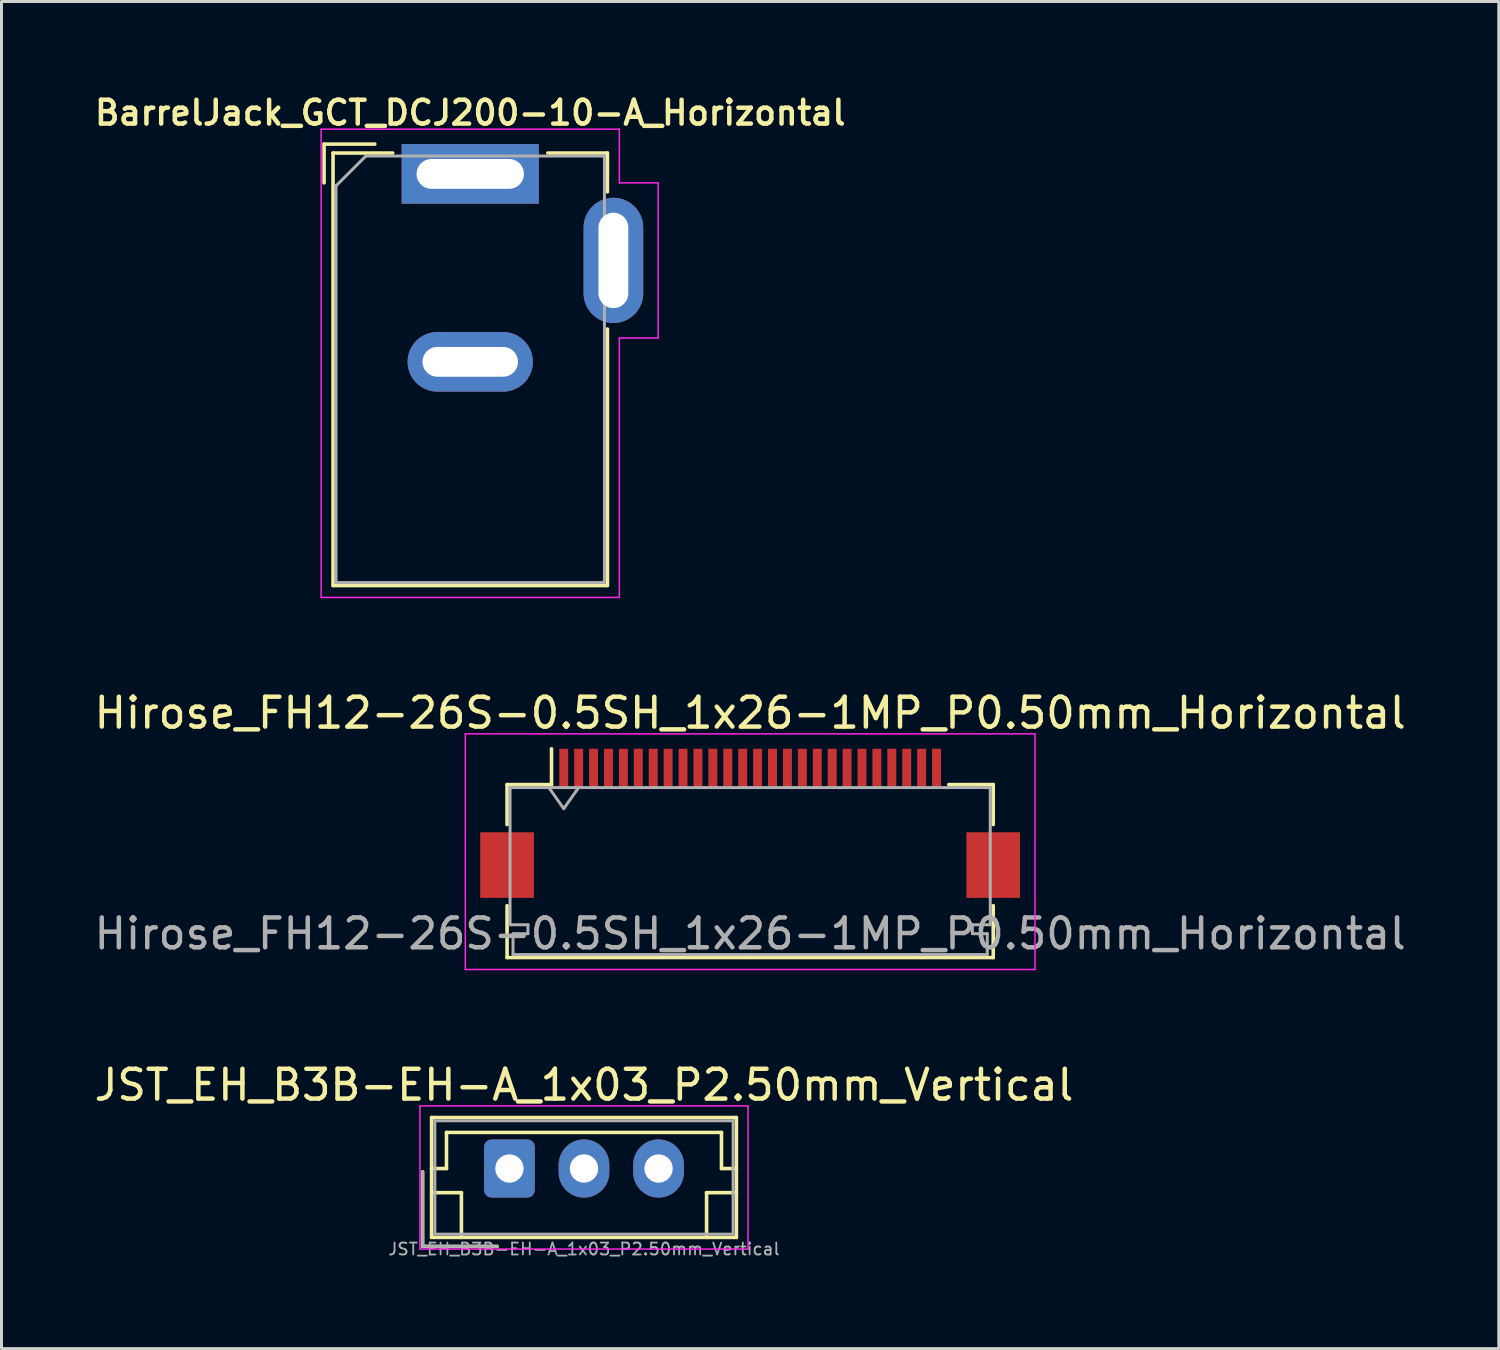
<source format=kicad_pcb>
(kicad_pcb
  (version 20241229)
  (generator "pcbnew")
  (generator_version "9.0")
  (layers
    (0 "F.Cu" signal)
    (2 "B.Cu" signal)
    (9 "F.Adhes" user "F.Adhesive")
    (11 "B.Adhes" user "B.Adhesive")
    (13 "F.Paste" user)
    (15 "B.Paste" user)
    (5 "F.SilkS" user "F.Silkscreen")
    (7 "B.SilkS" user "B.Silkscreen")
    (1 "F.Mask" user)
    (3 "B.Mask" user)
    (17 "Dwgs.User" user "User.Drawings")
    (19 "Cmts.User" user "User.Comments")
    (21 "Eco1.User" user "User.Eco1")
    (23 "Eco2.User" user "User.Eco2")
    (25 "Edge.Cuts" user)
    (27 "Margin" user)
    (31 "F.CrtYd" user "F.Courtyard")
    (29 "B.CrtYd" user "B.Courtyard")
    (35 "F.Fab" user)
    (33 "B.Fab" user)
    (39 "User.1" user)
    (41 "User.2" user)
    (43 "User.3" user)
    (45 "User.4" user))
  (footprint "BarrelJack_GCT_DCJ200-10-A_Horizontal"
    (layer "F.Cu")
    (at 12.716 2.781)
    (property "Reference" "BarrelJack_GCT_DCJ200-10-A_Horizontal" (at 0 -2.05 0) (layer "F.SilkS") (effects (font (size 0.8 0.8) (thickness 0.15))))
    (attr through_hole)
    (fp_line (start -4.9 -1) (end -4.9 0.3) (stroke (width 0.12) (type solid)) (layer "F.SilkS"))
    (fp_line (start -4.6 -0.7) (end -2.6 -0.7) (stroke (width 0.12) (type solid)) (layer "F.SilkS"))
    (fp_line (start -4.6 13.8) (end -4.6 -0.7) (stroke (width 0.12) (type solid)) (layer "F.SilkS"))
    (fp_line (start -3.2 -1) (end -4.9 -1) (stroke (width 0.12) (type solid)) (layer "F.SilkS"))
    (fp_line (start 2.6 -0.7) (end 4.6 -0.7) (stroke (width 0.12) (type solid)) (layer "F.SilkS"))
    (fp_line (start 4.6 -0.7) (end 4.6 0.6) (stroke (width 0.12) (type solid)) (layer "F.SilkS"))
    (fp_line (start 4.6 5.2) (end 4.6 13.8) (stroke (width 0.12) (type solid)) (layer "F.SilkS"))
    (fp_line (start 4.6 13.8) (end -4.6 13.8) (stroke (width 0.12) (type solid)) (layer "F.SilkS"))
    (fp_line (start -5 -1.5) (end -5 14.2) (stroke (width 0.05) (type solid)) (layer "F.CrtYd"))
    (fp_line (start -5 14.2) (end 5 14.2) (stroke (width 0.05) (type solid)) (layer "F.CrtYd"))
    (fp_line (start 5 -1.5) (end -5 -1.5) (stroke (width 0.05) (type solid)) (layer "F.CrtYd"))
    (fp_line (start 5 0.3) (end 5 -1.5) (stroke (width 0.05) (type solid)) (layer "F.CrtYd"))
    (fp_line (start 5 14.2) (end 5 5.5) (stroke (width 0.05) (type solid)) (layer "F.CrtYd"))
    (fp_line (start 6.3 0.3) (end 5 0.3) (stroke (width 0.05) (type solid)) (layer "F.CrtYd"))
    (fp_line (start 6.3 0.3) (end 6.3 5.5) (stroke (width 0.05) (type solid)) (layer "F.CrtYd"))
    (fp_line (start 6.3 5.5) (end 5 5.5) (stroke (width 0.05) (type solid)) (layer "F.CrtYd"))
    (fp_line (start -4.5 0.4) (end -3.5 -0.6) (stroke (width 0.1) (type solid)) (layer "F.Fab"))
    (fp_line (start -4.5 13.7) (end -4.5 0.4) (stroke (width 0.1) (type solid)) (layer "F.Fab"))
    (fp_line (start 4.5 -0.6) (end -3.5 -0.6) (stroke (width 0.1) (type solid)) (layer "F.Fab"))
    (fp_line (start 4.5 -0.6) (end 4.5 13.7) (stroke (width 0.1) (type solid)) (layer "F.Fab"))
    (fp_line (start 4.5 13.7) (end -4.5 13.7) (stroke (width 0.1) (type solid)) (layer "F.Fab"))
    (pad "1" thru_hole rect (at 0 0) (size 4.6 2) (drill oval 3.6 1) (layers "*.Cu" "*.Mask"))
    (pad "2" thru_hole oval (at 0 6.3) (size 4.2 2) (drill oval 3.2 1) (layers "*.Cu" "*.Mask"))
    (pad "3" thru_hole oval (at 4.8 2.9) (size 2 4.2) (drill oval 1 3.2) (layers "*.Cu" "*.Mask")))
  (footprint "Hirose_FH12-26S-0.5SH_1x26-1MP_P0.50mm_Horizontal"
    (layer "F.Cu")
    (at 22.101 24.555)
    (property "Reference" "Hirose_FH12-26S-0.5SH_1x26-1MP_P0.50mm_Horizontal" (at 0 -3.7 0) (layer "F.SilkS") (effects (font (size 1 1) (thickness 0.15))))
    (attr smd)
    (fp_line (start -8.15 -1.3) (end -8.15 0.04) (stroke (width 0.12) (type solid)) (layer "F.SilkS"))
    (fp_line (start -8.15 2.76) (end -8.15 4.5) (stroke (width 0.12) (type solid)) (layer "F.SilkS"))
    (fp_line (start -8.15 4.5) (end 8.15 4.5) (stroke (width 0.12) (type solid)) (layer "F.SilkS"))
    (fp_line (start -6.66 -1.3) (end -8.15 -1.3) (stroke (width 0.12) (type solid)) (layer "F.SilkS"))
    (fp_line (start -6.66 -1.3) (end -6.66 -2.5) (stroke (width 0.12) (type solid)) (layer "F.SilkS"))
    (fp_line (start 6.66 -1.3) (end 8.15 -1.3) (stroke (width 0.12) (type solid)) (layer "F.SilkS"))
    (fp_line (start 8.15 -1.3) (end 8.15 0.04) (stroke (width 0.12) (type solid)) (layer "F.SilkS"))
    (fp_line (start 8.15 4.5) (end 8.15 2.76) (stroke (width 0.12) (type solid)) (layer "F.SilkS"))
    (fp_line (start -9.55 -3) (end -9.55 4.9) (stroke (width 0.05) (type solid)) (layer "F.CrtYd"))
    (fp_line (start -9.55 4.9) (end 9.55 4.9) (stroke (width 0.05) (type solid)) (layer "F.CrtYd"))
    (fp_line (start 9.55 -3) (end -9.55 -3) (stroke (width 0.05) (type solid)) (layer "F.CrtYd"))
    (fp_line (start 9.55 4.9) (end 9.55 -3) (stroke (width 0.05) (type solid)) (layer "F.CrtYd"))
    (fp_line (start -8.05 -1.2) (end -8.05 3.4) (stroke (width 0.1) (type solid)) (layer "F.Fab"))
    (fp_line (start -8.05 3.4) (end -7.45 3.4) (stroke (width 0.1) (type solid)) (layer "F.Fab"))
    (fp_line (start -7.95 3.7) (end -7.95 4.4) (stroke (width 0.1) (type solid)) (layer "F.Fab"))
    (fp_line (start -7.95 4.4) (end 0 4.4) (stroke (width 0.1) (type solid)) (layer "F.Fab"))
    (fp_line (start -7.45 3.4) (end -7.45 3.7) (stroke (width 0.1) (type solid)) (layer "F.Fab"))
    (fp_line (start -7.45 3.7) (end -7.95 3.7) (stroke (width 0.1) (type solid)) (layer "F.Fab"))
    (fp_line (start -6.75 -1.2) (end -6.25 -0.493) (stroke (width 0.1) (type solid)) (layer "F.Fab"))
    (fp_line (start -6.25 -0.493) (end -5.75 -1.2) (stroke (width 0.1) (type solid)) (layer "F.Fab"))
    (fp_line (start 0 -1.2) (end -8.05 -1.2) (stroke (width 0.1) (type solid)) (layer "F.Fab"))
    (fp_line (start 0 -1.2) (end 8.05 -1.2) (stroke (width 0.1) (type solid)) (layer "F.Fab"))
    (fp_line (start 7.45 3.4) (end 7.45 3.7) (stroke (width 0.1) (type solid)) (layer "F.Fab"))
    (fp_line (start 7.45 3.7) (end 7.95 3.7) (stroke (width 0.1) (type solid)) (layer "F.Fab"))
    (fp_line (start 7.95 3.7) (end 7.95 4.4) (stroke (width 0.1) (type solid)) (layer "F.Fab"))
    (fp_line (start 7.95 4.4) (end 0 4.4) (stroke (width 0.1) (type solid)) (layer "F.Fab"))
    (fp_line (start 8.05 -1.2) (end 8.05 3.4) (stroke (width 0.1) (type solid)) (layer "F.Fab"))
    (fp_line (start 8.05 3.4) (end 7.45 3.4) (stroke (width 0.1) (type solid)) (layer "F.Fab"))
    (fp_text user "${REFERENCE}" (at 0 3.7 0) (layer "F.Fab") (effects (font (size 1 1) (thickness 0.15))))
    (pad "1" smd rect (at -6.25 -1.85) (size 0.3 1.3) (layers "F.Cu" "F.Mask" "F.Paste"))
    (pad "2" smd rect (at -5.75 -1.85) (size 0.3 1.3) (layers "F.Cu" "F.Mask" "F.Paste"))
    (pad "3" smd rect (at -5.25 -1.85) (size 0.3 1.3) (layers "F.Cu" "F.Mask" "F.Paste"))
    (pad "4" smd rect (at -4.75 -1.85) (size 0.3 1.3) (layers "F.Cu" "F.Mask" "F.Paste"))
    (pad "5" smd rect (at -4.25 -1.85) (size 0.3 1.3) (layers "F.Cu" "F.Mask" "F.Paste"))
    (pad "6" smd rect (at -3.75 -1.85) (size 0.3 1.3) (layers "F.Cu" "F.Mask" "F.Paste"))
    (pad "7" smd rect (at -3.25 -1.85) (size 0.3 1.3) (layers "F.Cu" "F.Mask" "F.Paste"))
    (pad "8" smd rect (at -2.75 -1.85) (size 0.3 1.3) (layers "F.Cu" "F.Mask" "F.Paste"))
    (pad "9" smd rect (at -2.25 -1.85) (size 0.3 1.3) (layers "F.Cu" "F.Mask" "F.Paste"))
    (pad "10" smd rect (at -1.75 -1.85) (size 0.3 1.3) (layers "F.Cu" "F.Mask" "F.Paste"))
    (pad "11" smd rect (at -1.25 -1.85) (size 0.3 1.3) (layers "F.Cu" "F.Mask" "F.Paste"))
    (pad "12" smd rect (at -0.75 -1.85) (size 0.3 1.3) (layers "F.Cu" "F.Mask" "F.Paste"))
    (pad "13" smd rect (at -0.25 -1.85) (size 0.3 1.3) (layers "F.Cu" "F.Mask" "F.Paste"))
    (pad "14" smd rect (at 0.25 -1.85) (size 0.3 1.3) (layers "F.Cu" "F.Mask" "F.Paste"))
    (pad "15" smd rect (at 0.75 -1.85) (size 0.3 1.3) (layers "F.Cu" "F.Mask" "F.Paste"))
    (pad "16" smd rect (at 1.25 -1.85) (size 0.3 1.3) (layers "F.Cu" "F.Mask" "F.Paste"))
    (pad "17" smd rect (at 1.75 -1.85) (size 0.3 1.3) (layers "F.Cu" "F.Mask" "F.Paste"))
    (pad "18" smd rect (at 2.25 -1.85) (size 0.3 1.3) (layers "F.Cu" "F.Mask" "F.Paste"))
    (pad "19" smd rect (at 2.75 -1.85) (size 0.3 1.3) (layers "F.Cu" "F.Mask" "F.Paste"))
    (pad "20" smd rect (at 3.25 -1.85) (size 0.3 1.3) (layers "F.Cu" "F.Mask" "F.Paste"))
    (pad "21" smd rect (at 3.75 -1.85) (size 0.3 1.3) (layers "F.Cu" "F.Mask" "F.Paste"))
    (pad "22" smd rect (at 4.25 -1.85) (size 0.3 1.3) (layers "F.Cu" "F.Mask" "F.Paste"))
    (pad "23" smd rect (at 4.75 -1.85) (size 0.3 1.3) (layers "F.Cu" "F.Mask" "F.Paste"))
    (pad "24" smd rect (at 5.25 -1.85) (size 0.3 1.3) (layers "F.Cu" "F.Mask" "F.Paste"))
    (pad "25" smd rect (at 5.75 -1.85) (size 0.3 1.3) (layers "F.Cu" "F.Mask" "F.Paste"))
    (pad "26" smd rect (at 6.25 -1.85) (size 0.3 1.3) (layers "F.Cu" "F.Mask" "F.Paste"))
    (pad "MP" smd rect (at -8.15 1.4) (size 1.8 2.2) (layers "F.Cu" "F.Mask" "F.Paste"))
    (pad "MP" smd rect (at 8.15 1.4) (size 1.8 2.2) (layers "F.Cu" "F.Mask" "F.Paste")))
  (footprint "JST_EH_B3B-EH-A_1x03_P2.50mm_Vertical"
    (layer "F.Cu")
    (at 14.03 36.128)
    (property "Reference" "JST_EH_B3B-EH-A_1x03_P2.50mm_Vertical" (at 2.5 -2.8 0) (layer "F.SilkS") (effects (font (size 1 1) (thickness 0.15))))
    (attr through_hole)
    (fp_line (start -2.91 0.11) (end -2.91 2.61) (stroke (width 0.12) (type solid)) (layer "F.SilkS"))
    (fp_line (start -2.91 2.61) (end -0.41 2.61) (stroke (width 0.12) (type solid)) (layer "F.SilkS"))
    (fp_line (start -2.61 -1.71) (end -2.61 2.31) (stroke (width 0.12) (type solid)) (layer "F.SilkS"))
    (fp_line (start -2.61 0) (end -2.11 0) (stroke (width 0.12) (type solid)) (layer "F.SilkS"))
    (fp_line (start -2.61 0.81) (end -1.61 0.81) (stroke (width 0.12) (type solid)) (layer "F.SilkS"))
    (fp_line (start -2.61 2.31) (end 7.61 2.31) (stroke (width 0.12) (type solid)) (layer "F.SilkS"))
    (fp_line (start -2.11 -1.21) (end 7.11 -1.21) (stroke (width 0.12) (type solid)) (layer "F.SilkS"))
    (fp_line (start -2.11 0) (end -2.11 -1.21) (stroke (width 0.12) (type solid)) (layer "F.SilkS"))
    (fp_line (start -1.61 0.81) (end -1.61 2.31) (stroke (width 0.12) (type solid)) (layer "F.SilkS"))
    (fp_line (start 6.61 0.81) (end 6.61 2.31) (stroke (width 0.12) (type solid)) (layer "F.SilkS"))
    (fp_line (start 7.11 -1.21) (end 7.11 0) (stroke (width 0.12) (type solid)) (layer "F.SilkS"))
    (fp_line (start 7.11 0) (end 7.61 0) (stroke (width 0.12) (type solid)) (layer "F.SilkS"))
    (fp_line (start 7.61 -1.71) (end -2.61 -1.71) (stroke (width 0.12) (type solid)) (layer "F.SilkS"))
    (fp_line (start 7.61 0.81) (end 6.61 0.81) (stroke (width 0.12) (type solid)) (layer "F.SilkS"))
    (fp_line (start 7.61 2.31) (end 7.61 -1.71) (stroke (width 0.12) (type solid)) (layer "F.SilkS"))
    (fp_line (start -3 -2.1) (end -3 2.7) (stroke (width 0.05) (type solid)) (layer "F.CrtYd"))
    (fp_line (start -3 2.7) (end 8 2.7) (stroke (width 0.05) (type solid)) (layer "F.CrtYd"))
    (fp_line (start 8 -2.1) (end -3 -2.1) (stroke (width 0.05) (type solid)) (layer "F.CrtYd"))
    (fp_line (start 8 2.7) (end 8 -2.1) (stroke (width 0.05) (type solid)) (layer "F.CrtYd"))
    (fp_line (start -2.91 0.11) (end -2.91 2.61) (stroke (width 0.1) (type solid)) (layer "F.Fab"))
    (fp_line (start -2.91 2.61) (end -0.41 2.61) (stroke (width 0.1) (type solid)) (layer "F.Fab"))
    (fp_line (start -2.5 -1.6) (end -2.5 2.2) (stroke (width 0.1) (type solid)) (layer "F.Fab"))
    (fp_line (start -2.5 2.2) (end 7.5 2.2) (stroke (width 0.1) (type solid)) (layer "F.Fab"))
    (fp_line (start 7.5 -1.6) (end -2.5 -1.6) (stroke (width 0.1) (type solid)) (layer "F.Fab"))
    (fp_line (start 7.5 2.2) (end 7.5 -1.6) (stroke (width 0.1) (type solid)) (layer "F.Fab"))
    (fp_text user "${REFERENCE}" (at 2.5 2.7 0) (layer "F.Fab") (effects (font (size 0.4 0.4) (thickness 0.06))))
    (pad "1" thru_hole roundrect (at 0 0) (size 1.7 1.95) (drill 0.95) (layers "*.Cu" "*.Mask") (roundrect_rratio 0.147))
    (pad "2" thru_hole oval (at 2.5 0) (size 1.7 1.95) (drill 0.95) (layers "*.Cu" "*.Mask"))
    (pad "3" thru_hole oval (at 5 0) (size 1.7 1.95) (drill 0.95) (layers "*.Cu" "*.Mask")))
  (gr_rect
    (start -3 -3)
    (end 47.202 42.167)
    (stroke (width 0.1) (type default))
    (fill no)
    (layer "Edge.Cuts")))
</source>
